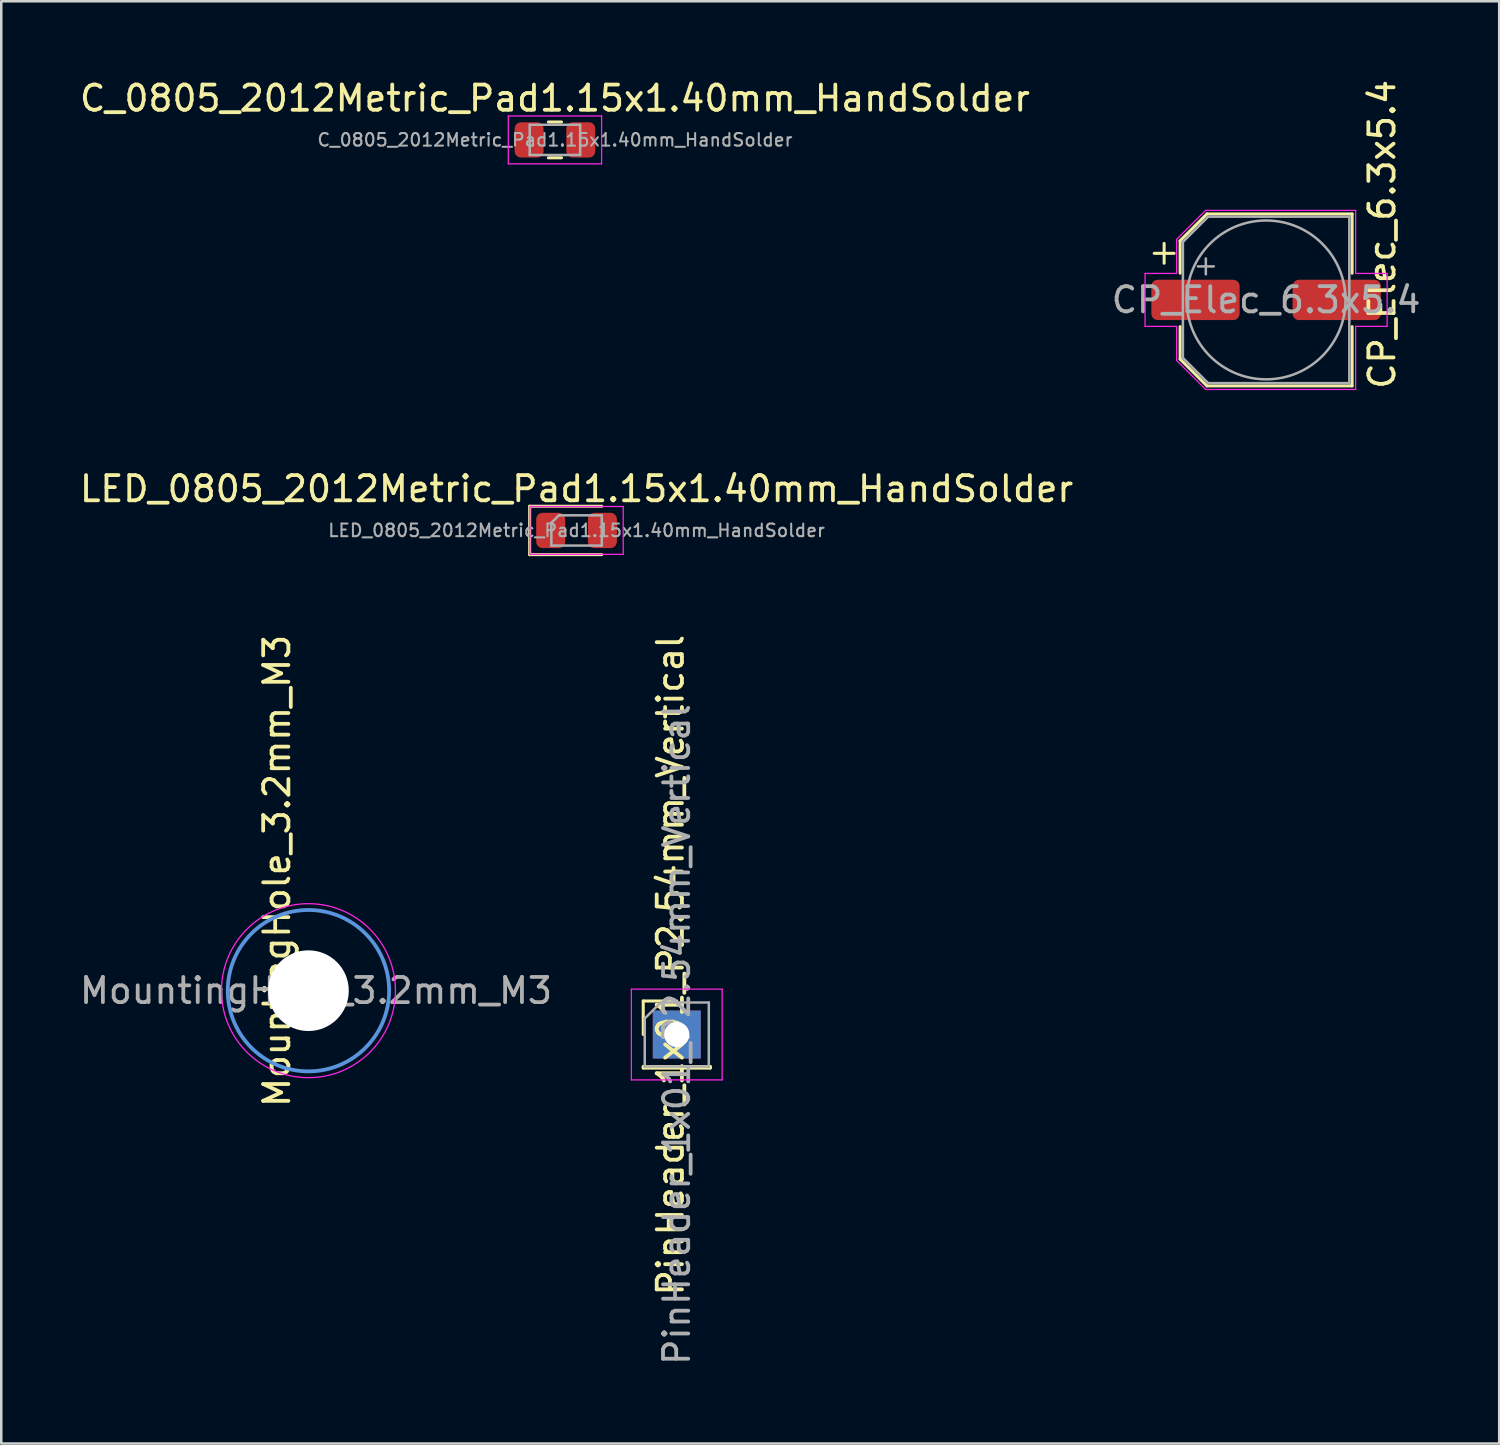
<source format=kicad_pcb>
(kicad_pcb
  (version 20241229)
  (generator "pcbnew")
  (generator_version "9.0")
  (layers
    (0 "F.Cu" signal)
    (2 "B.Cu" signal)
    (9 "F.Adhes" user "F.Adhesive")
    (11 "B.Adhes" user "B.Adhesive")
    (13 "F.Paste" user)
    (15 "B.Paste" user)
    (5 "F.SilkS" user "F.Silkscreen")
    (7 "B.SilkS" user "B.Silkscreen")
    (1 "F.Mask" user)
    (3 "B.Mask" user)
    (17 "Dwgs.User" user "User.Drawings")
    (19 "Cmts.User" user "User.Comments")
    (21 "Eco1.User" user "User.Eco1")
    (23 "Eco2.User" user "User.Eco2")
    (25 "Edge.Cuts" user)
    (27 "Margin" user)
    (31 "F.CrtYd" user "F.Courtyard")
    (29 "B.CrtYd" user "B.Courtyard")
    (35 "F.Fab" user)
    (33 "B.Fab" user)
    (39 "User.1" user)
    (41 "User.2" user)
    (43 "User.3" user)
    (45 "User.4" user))
  (footprint "C_0805_2012Metric_Pad1.15x1.40mm_HandSolder"
    (layer "F.Cu")
    (at 18.958 2.498)
    (property "Reference" "C_0805_2012Metric_Pad1.15x1.40mm_HandSolder" (at 0 -1.65 0) (layer "F.SilkS") (effects (font (size 1 1) (thickness 0.15))))
    (attr smd)
    (fp_line (start -0.261 -0.71) (end 0.261 -0.71) (stroke (width 0.12) (type solid)) (layer "F.SilkS"))
    (fp_line (start -0.261 0.71) (end 0.261 0.71) (stroke (width 0.12) (type solid)) (layer "F.SilkS"))
    (fp_line (start -1.85 -0.95) (end 1.85 -0.95) (stroke (width 0.05) (type solid)) (layer "F.CrtYd"))
    (fp_line (start -1.85 0.95) (end -1.85 -0.95) (stroke (width 0.05) (type solid)) (layer "F.CrtYd"))
    (fp_line (start 1.85 -0.95) (end 1.85 0.95) (stroke (width 0.05) (type solid)) (layer "F.CrtYd"))
    (fp_line (start 1.85 0.95) (end -1.85 0.95) (stroke (width 0.05) (type solid)) (layer "F.CrtYd"))
    (fp_line (start -1 -0.6) (end 1 -0.6) (stroke (width 0.1) (type solid)) (layer "F.Fab"))
    (fp_line (start -1 0.6) (end -1 -0.6) (stroke (width 0.1) (type solid)) (layer "F.Fab"))
    (fp_line (start 1 -0.6) (end 1 0.6) (stroke (width 0.1) (type solid)) (layer "F.Fab"))
    (fp_line (start 1 0.6) (end -1 0.6) (stroke (width 0.1) (type solid)) (layer "F.Fab"))
    (fp_text user "${REFERENCE}" (at 0 0 0) (layer "F.Fab") (effects (font (size 0.5 0.5) (thickness 0.08))))
    (pad "1" smd roundrect (at -1.025 0) (size 1.15 1.4) (layers "F.Cu" "F.Mask" "F.Paste") (roundrect_rratio 0.217))
    (pad "2" smd roundrect (at 1.025 0) (size 1.15 1.4) (layers "F.Cu" "F.Mask" "F.Paste") (roundrect_rratio 0.217)))
  (footprint "CP_Elec_6.3x5.4"
    (layer "F.Cu")
    (at 47.161 8.844)
    (property "Reference" "CP_Elec_6.3x5.4" (at 4.6 -2.6 270) (layer "F.SilkS") (effects (font (size 1 1) (thickness 0.15))))
    (attr smd)
    (fp_line (start -4.438 -1.847) (end -3.65 -1.847) (stroke (width 0.12) (type solid)) (layer "F.SilkS"))
    (fp_line (start -4.044 -2.241) (end -4.044 -1.454) (stroke (width 0.12) (type solid)) (layer "F.SilkS"))
    (fp_line (start -3.41 -2.346) (end -3.41 -1.06) (stroke (width 0.12) (type solid)) (layer "F.SilkS"))
    (fp_line (start -3.41 -2.346) (end -2.346 -3.41) (stroke (width 0.12) (type solid)) (layer "F.SilkS"))
    (fp_line (start -3.41 2.346) (end -3.41 1.06) (stroke (width 0.12) (type solid)) (layer "F.SilkS"))
    (fp_line (start -3.41 2.346) (end -2.346 3.41) (stroke (width 0.12) (type solid)) (layer "F.SilkS"))
    (fp_line (start -2.346 -3.41) (end 3.41 -3.41) (stroke (width 0.12) (type solid)) (layer "F.SilkS"))
    (fp_line (start -2.346 3.41) (end 3.41 3.41) (stroke (width 0.12) (type solid)) (layer "F.SilkS"))
    (fp_line (start 3.41 -3.41) (end 3.41 -1.06) (stroke (width 0.12) (type solid)) (layer "F.SilkS"))
    (fp_line (start 3.41 3.41) (end 3.41 1.06) (stroke (width 0.12) (type solid)) (layer "F.SilkS"))
    (fp_line (start -4.8 -1.05) (end -4.8 1.05) (stroke (width 0.05) (type solid)) (layer "F.CrtYd"))
    (fp_line (start -4.8 1.05) (end -3.55 1.05) (stroke (width 0.05) (type solid)) (layer "F.CrtYd"))
    (fp_line (start -3.55 -2.4) (end -3.55 -1.05) (stroke (width 0.05) (type solid)) (layer "F.CrtYd"))
    (fp_line (start -3.55 -2.4) (end -2.4 -3.55) (stroke (width 0.05) (type solid)) (layer "F.CrtYd"))
    (fp_line (start -3.55 -1.05) (end -4.8 -1.05) (stroke (width 0.05) (type solid)) (layer "F.CrtYd"))
    (fp_line (start -3.55 1.05) (end -3.55 2.4) (stroke (width 0.05) (type solid)) (layer "F.CrtYd"))
    (fp_line (start -3.55 2.4) (end -2.4 3.55) (stroke (width 0.05) (type solid)) (layer "F.CrtYd"))
    (fp_line (start -2.4 -3.55) (end 3.55 -3.55) (stroke (width 0.05) (type solid)) (layer "F.CrtYd"))
    (fp_line (start -2.4 3.55) (end 3.55 3.55) (stroke (width 0.05) (type solid)) (layer "F.CrtYd"))
    (fp_line (start 3.55 -3.55) (end 3.55 -1.05) (stroke (width 0.05) (type solid)) (layer "F.CrtYd"))
    (fp_line (start 3.55 -1.05) (end 4.8 -1.05) (stroke (width 0.05) (type solid)) (layer "F.CrtYd"))
    (fp_line (start 3.55 1.05) (end 3.55 3.55) (stroke (width 0.05) (type solid)) (layer "F.CrtYd"))
    (fp_line (start 4.8 -1.05) (end 4.8 1.05) (stroke (width 0.05) (type solid)) (layer "F.CrtYd"))
    (fp_line (start 4.8 1.05) (end 3.55 1.05) (stroke (width 0.05) (type solid)) (layer "F.CrtYd"))
    (fp_line (start -3.3 -2.3) (end -3.3 2.3) (stroke (width 0.1) (type solid)) (layer "F.Fab"))
    (fp_line (start -3.3 -2.3) (end -2.3 -3.3) (stroke (width 0.1) (type solid)) (layer "F.Fab"))
    (fp_line (start -3.3 2.3) (end -2.3 3.3) (stroke (width 0.1) (type solid)) (layer "F.Fab"))
    (fp_line (start -2.705 -1.33) (end -2.075 -1.33) (stroke (width 0.1) (type solid)) (layer "F.Fab"))
    (fp_line (start -2.39 -1.645) (end -2.39 -1.015) (stroke (width 0.1) (type solid)) (layer "F.Fab"))
    (fp_line (start -2.3 -3.3) (end 3.3 -3.3) (stroke (width 0.1) (type solid)) (layer "F.Fab"))
    (fp_line (start -2.3 3.3) (end 3.3 3.3) (stroke (width 0.1) (type solid)) (layer "F.Fab"))
    (fp_line (start 3.3 -3.3) (end 3.3 3.3) (stroke (width 0.1) (type solid)) (layer "F.Fab"))
    (fp_circle (center 0 0) (end 3.15 0) (stroke (width 0.1) (type solid)) (fill no) (layer "F.Fab"))
    (fp_text user "${REFERENCE}" (at 0 0 0) (layer "F.Fab") (effects (font (size 1 1) (thickness 0.15))))
    (pad "1" smd roundrect (at -2.8 0) (size 3.5 1.6) (layers "F.Cu" "F.Mask" "F.Paste") (roundrect_rratio 0.156))
    (pad "2" smd roundrect (at 2.8 0) (size 3.5 1.6) (layers "F.Cu" "F.Mask" "F.Paste") (roundrect_rratio 0.156)))
  (footprint "LED_0805_2012Metric_Pad1.15x1.40mm_HandSolder"
    (layer "F.Cu")
    (at 19.815 17.986)
    (property "Reference" "LED_0805_2012Metric_Pad1.15x1.40mm_HandSolder" (at 0 -1.65 180) (layer "F.SilkS") (effects (font (size 1 1) (thickness 0.15))))
    (attr smd)
    (fp_line (start -1.86 -0.96) (end -1.86 0.96) (stroke (width 0.12) (type solid)) (layer "F.SilkS"))
    (fp_line (start -1.86 0.96) (end 1 0.96) (stroke (width 0.12) (type solid)) (layer "F.SilkS"))
    (fp_line (start 1 -0.96) (end -1.86 -0.96) (stroke (width 0.12) (type solid)) (layer "F.SilkS"))
    (fp_line (start -1.85 -0.95) (end 1.85 -0.95) (stroke (width 0.05) (type solid)) (layer "F.CrtYd"))
    (fp_line (start -1.85 0.95) (end -1.85 -0.95) (stroke (width 0.05) (type solid)) (layer "F.CrtYd"))
    (fp_line (start 1.85 -0.95) (end 1.85 0.95) (stroke (width 0.05) (type solid)) (layer "F.CrtYd"))
    (fp_line (start 1.85 0.95) (end -1.85 0.95) (stroke (width 0.05) (type solid)) (layer "F.CrtYd"))
    (fp_line (start -1 -0.3) (end -1 0.6) (stroke (width 0.1) (type solid)) (layer "F.Fab"))
    (fp_line (start -1 0.6) (end 1 0.6) (stroke (width 0.1) (type solid)) (layer "F.Fab"))
    (fp_line (start -0.7 -0.6) (end -1 -0.3) (stroke (width 0.1) (type solid)) (layer "F.Fab"))
    (fp_line (start 1 -0.6) (end -0.7 -0.6) (stroke (width 0.1) (type solid)) (layer "F.Fab"))
    (fp_line (start 1 0.6) (end 1 -0.6) (stroke (width 0.1) (type solid)) (layer "F.Fab"))
    (fp_text user "${REFERENCE}" (at 0 0 180) (layer "F.Fab") (effects (font (size 0.5 0.5) (thickness 0.08))))
    (pad "1" smd roundrect (at -1.025 0) (size 1.15 1.4) (layers "F.Cu" "F.Mask" "F.Paste") (roundrect_rratio 0.217))
    (pad "2" smd roundrect (at 1.025 0) (size 1.15 1.4) (layers "F.Cu" "F.Mask" "F.Paste") (roundrect_rratio 0.217)))
  (footprint "PinHeader_1x01_P2.54mm_Vertical"
    (layer "F.Cu")
    (at 23.789 37.977)
    (property "Reference" "PinHeader_1x01_P2.54mm_Vertical" (at -0.25 -2.75 90) (layer "F.SilkS") (effects (font (size 1 1) (thickness 0.15))))
    (attr through_hole)
    (fp_line (start -1.33 -1.33) (end 0 -1.33) (stroke (width 0.12) (type solid)) (layer "F.SilkS"))
    (fp_line (start -1.33 0) (end -1.33 -1.33) (stroke (width 0.12) (type solid)) (layer "F.SilkS"))
    (fp_line (start -1.33 1.27) (end -1.33 1.33) (stroke (width 0.12) (type solid)) (layer "F.SilkS"))
    (fp_line (start -1.33 1.27) (end 1.33 1.27) (stroke (width 0.12) (type solid)) (layer "F.SilkS"))
    (fp_line (start -1.33 1.33) (end 1.33 1.33) (stroke (width 0.12) (type solid)) (layer "F.SilkS"))
    (fp_line (start 1.33 1.27) (end 1.33 1.33) (stroke (width 0.12) (type solid)) (layer "F.SilkS"))
    (fp_line (start -1.8 -1.8) (end -1.8 1.8) (stroke (width 0.05) (type solid)) (layer "F.CrtYd"))
    (fp_line (start -1.8 1.8) (end 1.8 1.8) (stroke (width 0.05) (type solid)) (layer "F.CrtYd"))
    (fp_line (start 1.8 -1.8) (end -1.8 -1.8) (stroke (width 0.05) (type solid)) (layer "F.CrtYd"))
    (fp_line (start 1.8 1.8) (end 1.8 -1.8) (stroke (width 0.05) (type solid)) (layer "F.CrtYd"))
    (fp_line (start -1.27 -0.635) (end -0.635 -1.27) (stroke (width 0.1) (type solid)) (layer "F.Fab"))
    (fp_line (start -1.27 1.27) (end -1.27 -0.635) (stroke (width 0.1) (type solid)) (layer "F.Fab"))
    (fp_line (start -0.635 -1.27) (end 1.27 -1.27) (stroke (width 0.1) (type solid)) (layer "F.Fab"))
    (fp_line (start 1.27 -1.27) (end 1.27 1.27) (stroke (width 0.1) (type solid)) (layer "F.Fab"))
    (fp_line (start 1.27 1.27) (end -1.27 1.27) (stroke (width 0.1) (type solid)) (layer "F.Fab"))
    (fp_text user "${REFERENCE}" (at 0 0 90) (layer "F.Fab") (effects (font (size 1 1) (thickness 0.15))))
    (pad "1" thru_hole rect (at 0 0) (size 1.9 1.9) (drill 1) (layers "*.Cu" "*.Mask")))
  (footprint "MountingHole_3.2mm_M3"
    (layer "F.Cu")
    (at 9.182 36.238)
    (property "Reference" "MountingHole_3.2mm_M3" (at -1.25 -4.75 90) (layer "F.SilkS") (effects (font (size 1 1) (thickness 0.15))))
    (attr exclude_from_pos_files exclude_from_bom)
    (fp_circle (center 0 0) (end 3.2 0) (stroke (width 0.15) (type solid)) (fill no) (layer "Cmts.User"))
    (fp_circle (center 0 0) (end 3.45 0) (stroke (width 0.05) (type solid)) (fill no) (layer "F.CrtYd"))
    (fp_text user "${REFERENCE}" (at 0.3 0 0) (layer "F.Fab") (effects (font (size 1 1) (thickness 0.15))))
    (pad "" np_thru_hole circle (at 0 0) (size 3.2 3.2) (drill 3.2) (layers "*.Cu" "*.Mask")))
  (gr_rect
    (start -3 -3)
    (end 56.405 54.197)
    (stroke (width 0.1) (type default))
    (fill no)
    (layer "Edge.Cuts")))
</source>
